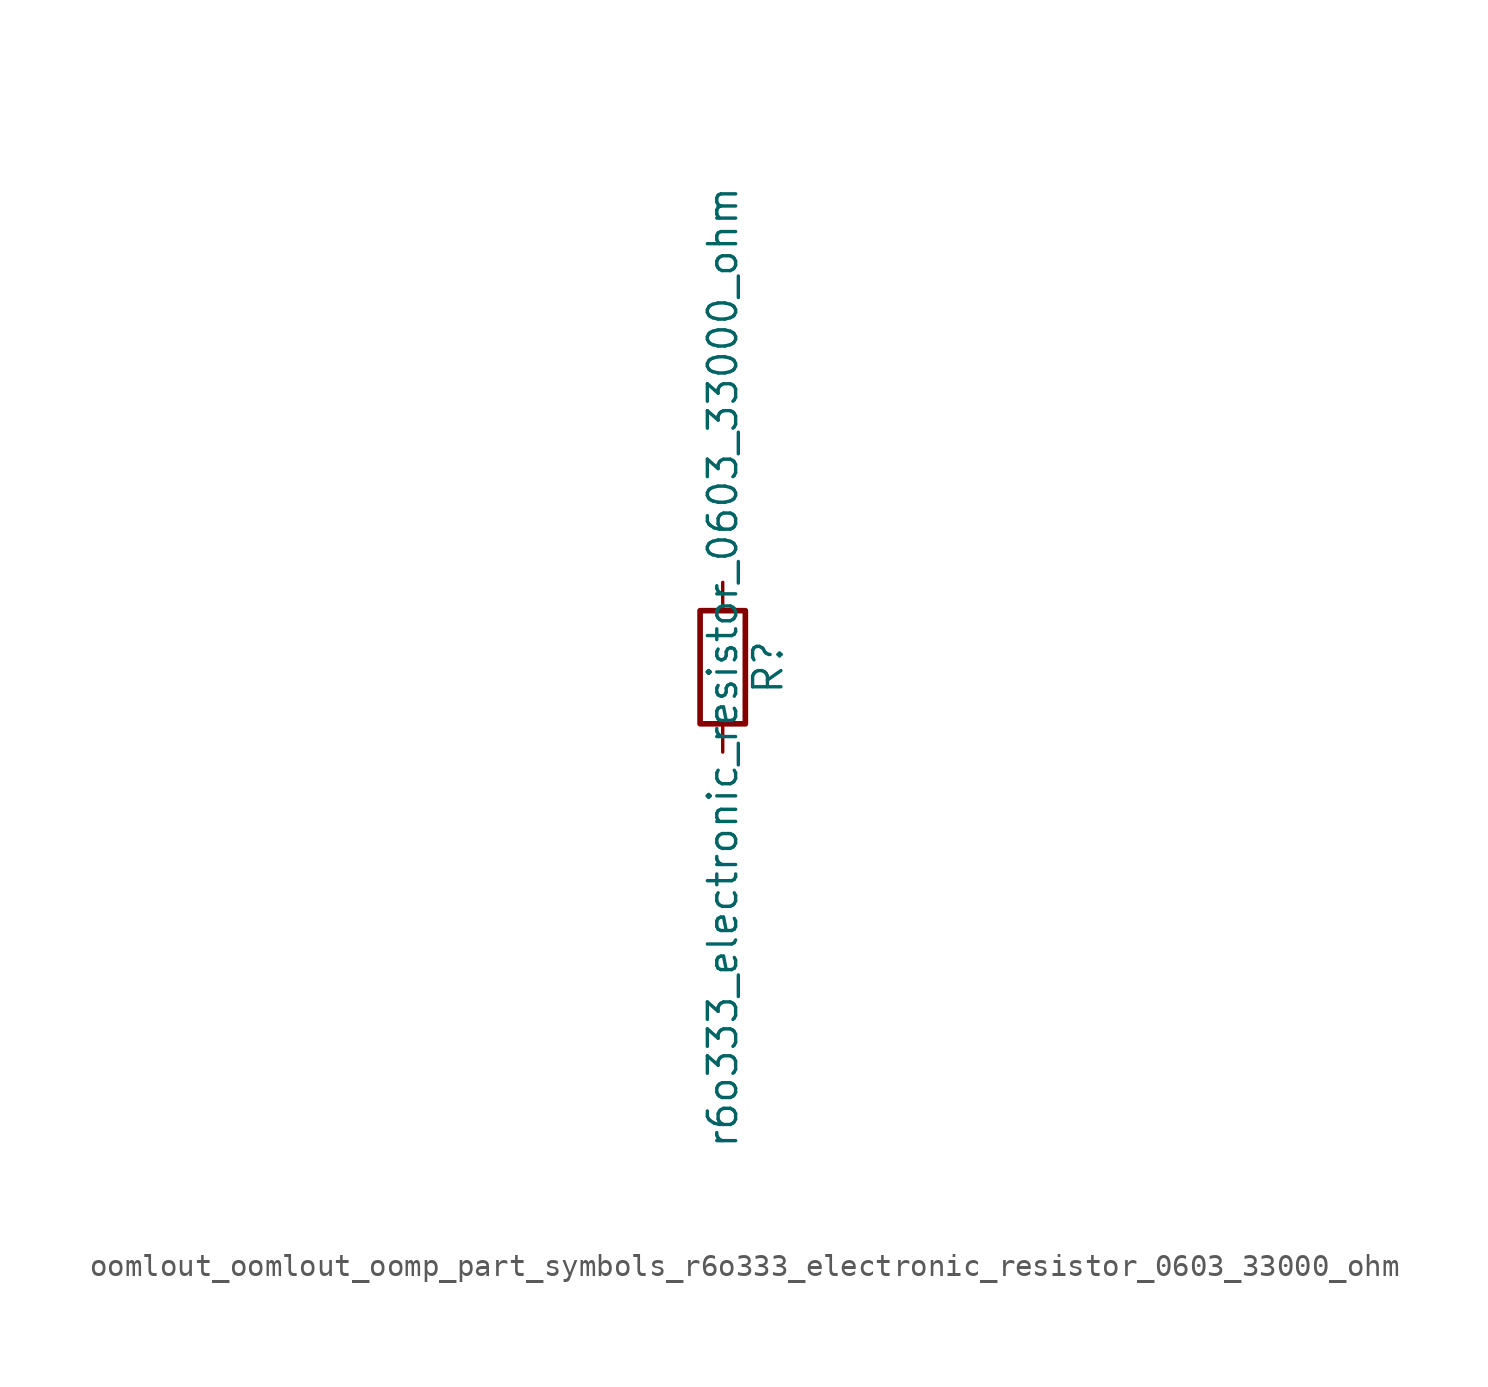
<source format=kicad_sym>
(kicad_symbol_lib
  (version 20220914)
  (generator kicad_symbol_editor)
  (symbol "oomlout_oomlout_oomp_part_symbols_r6o333_electronic_resistor_0603_33000_ohm"
    (pin_numbers hide)
    (pin_names
      (offset 0))
    (property "Reference" "R"
      (at 2.032 0 90)
      (effects (font (size 1.27 1.27))))
    (property "Value" "r6o333_electronic_resistor_0603_33000_ohm"
      (at 0 0 90)
      (effects (font (size 1.27 1.27))))
    (symbol "oomlout_oomlout_oomp_part_symbols_r6o333_electronic_resistor_0603_33000_ohm_0_1"
      (rectangle (start -1.016 -2.54) (end 1.016 2.54) (stroke (width 0.254) (type default)) (fill (type none))))
    (symbol "oomlout_oomlout_oomp_part_symbols_r6o333_electronic_resistor_0603_33000_ohm_1_1"
      (pin passive line (at 0 3.81 270) (length 1.27) (name "~" (effects (font (size 1.27 1.27)))) (number "1" (effects (font (size 1.27 1.27)))))
      (pin passive line (at 0 -3.81 90) (length 1.27) (name "~" (effects (font (size 1.27 1.27)))) (number "2" (effects (font (size 1.27 1.27))))))))
</source>
